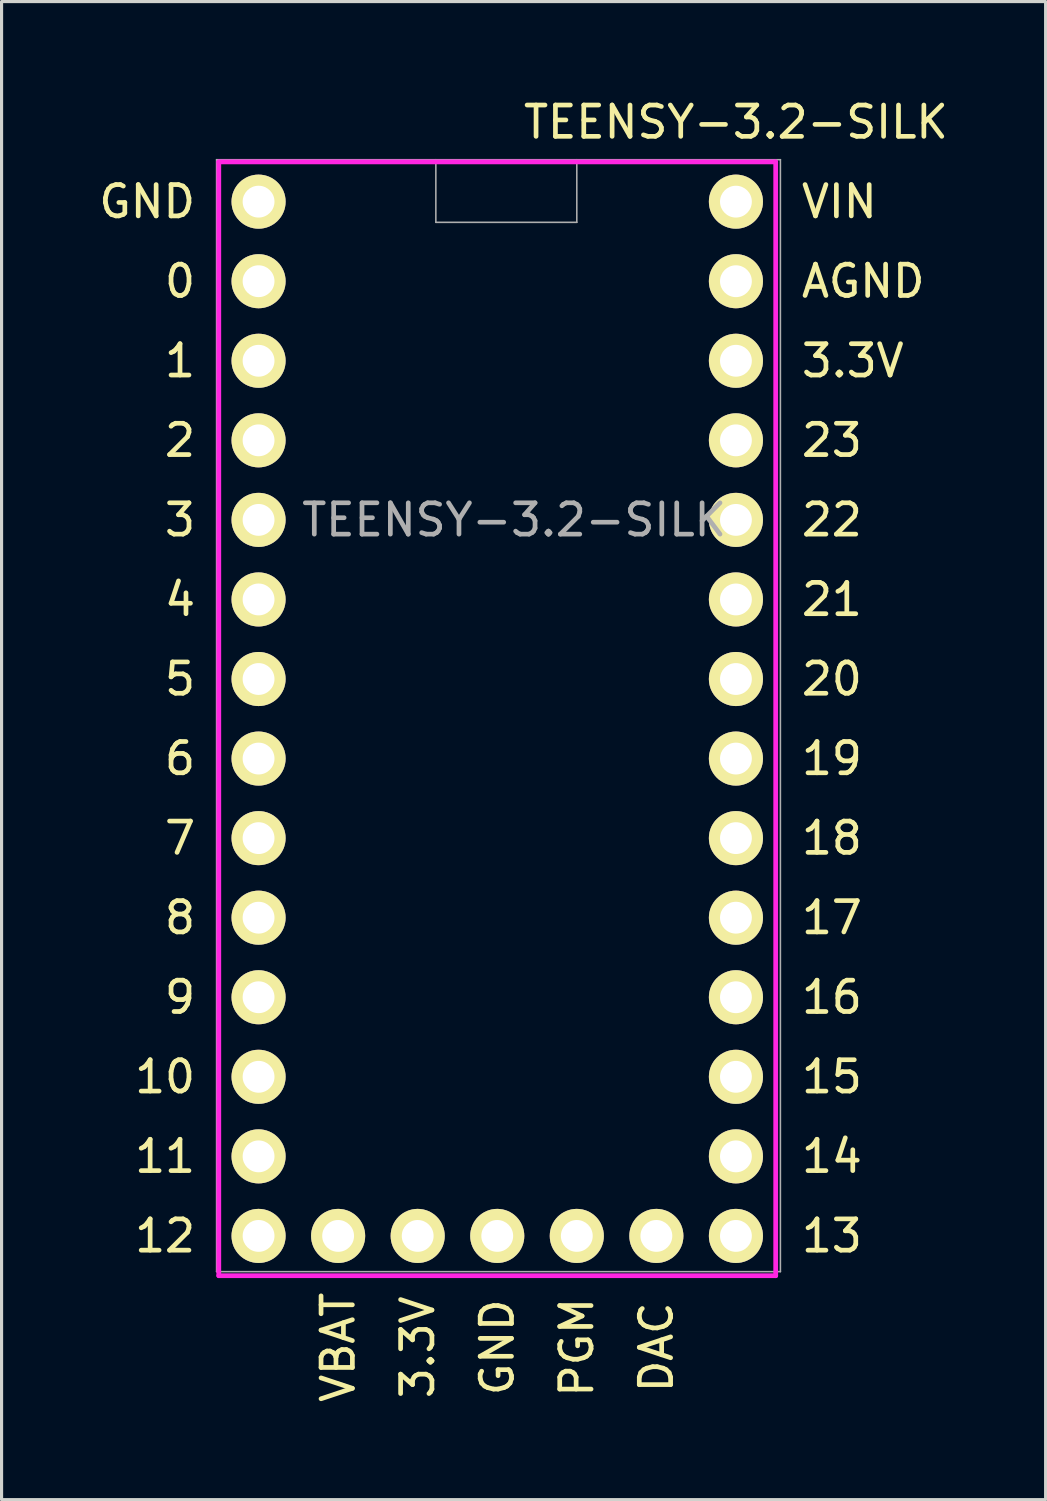
<source format=kicad_pcb>
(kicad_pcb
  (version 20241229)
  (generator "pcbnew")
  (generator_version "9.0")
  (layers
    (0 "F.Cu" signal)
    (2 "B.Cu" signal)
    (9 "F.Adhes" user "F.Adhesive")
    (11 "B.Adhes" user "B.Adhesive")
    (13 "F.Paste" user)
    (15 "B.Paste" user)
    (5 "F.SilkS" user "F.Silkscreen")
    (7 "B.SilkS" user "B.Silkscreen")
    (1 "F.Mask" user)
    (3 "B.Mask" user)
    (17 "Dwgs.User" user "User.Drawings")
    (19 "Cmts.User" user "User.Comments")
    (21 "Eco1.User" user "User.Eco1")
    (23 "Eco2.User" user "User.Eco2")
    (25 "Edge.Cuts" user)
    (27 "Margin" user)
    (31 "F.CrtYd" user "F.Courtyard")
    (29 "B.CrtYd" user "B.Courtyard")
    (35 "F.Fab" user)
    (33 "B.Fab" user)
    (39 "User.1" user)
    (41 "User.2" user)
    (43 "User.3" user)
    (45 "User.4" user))
  (footprint "TEENSY-3.2-SILK"
    (layer "F.Cu")
    (at 15.365 13.548)
    (property "Reference" "TEENSY-3.2-SILK" (at -2 0 0) (layer "F.Fab") (effects (font (size 1 1) (thickness 0.15))))
    (attr through_hole)
    (fp_line (start -11.43 -11.43) (end -11.43 24.13) (stroke (width 0.152) (type solid)) (layer "F.CrtYd"))
    (fp_line (start -11.43 24.13) (end 6.35 24.13) (stroke (width 0.152) (type solid)) (layer "F.CrtYd"))
    (fp_line (start 6.35 -11.43) (end -11.43 -11.43) (stroke (width 0.152) (type solid)) (layer "F.CrtYd"))
    (fp_line (start 6.35 24.13) (end 6.35 -11.43) (stroke (width 0.152) (type solid)) (layer "F.CrtYd"))
    (fp_line (start -11.5 -11.5) (end -11.5 24) (stroke (width 0.05) (type solid)) (layer "F.Fab"))
    (fp_line (start -11.5 24) (end 6.5 24) (stroke (width 0.05) (type solid)) (layer "F.Fab"))
    (fp_line (start -4.5 -11.5) (end -4.5 -9.5) (stroke (width 0.05) (type solid)) (layer "F.Fab"))
    (fp_line (start -4.5 -9.5) (end 0 -9.5) (stroke (width 0.05) (type solid)) (layer "F.Fab"))
    (fp_line (start 0 -9.5) (end 0 -11.5) (stroke (width 0.05) (type solid)) (layer "F.Fab"))
    (fp_line (start 6.5 -11.5) (end -11.5 -11.5) (stroke (width 0.05) (type solid)) (layer "F.Fab"))
    (fp_line (start 6.5 24) (end 6.5 -11.5) (stroke (width 0.05) (type solid)) (layer "F.Fab"))
    (fp_text user "8" (at -12.668 12.7 0) (layer "F.SilkS") (effects (font (size 1 1) (thickness 0.15))))
    (fp_text user "GND" (at -2.54 26.416 90) (layer "F.SilkS") (effects (font (size 1 1) (thickness 0.15))))
    (fp_text user "${REFERENCE}" (at 5.08 -12.7 0) (layer "F.SilkS") (effects (font (size 1 1) (thickness 0.15))))
    (fp_text user "21" (at 8.144 2.54 0) (layer "F.SilkS") (effects (font (size 1 1) (thickness 0.15))))
    (fp_text user "10" (at -13.145 17.78 0) (layer "F.SilkS") (effects (font (size 1 1) (thickness 0.15))))
    (fp_text user "18" (at 8.144 10.16 0) (layer "F.SilkS") (effects (font (size 1 1) (thickness 0.15))))
    (fp_text user "PGM" (at 0 26.416 90) (layer "F.SilkS") (effects (font (size 1 1) (thickness 0.15))))
    (fp_text user "14" (at 8.144 20.32 0) (layer "F.SilkS") (effects (font (size 1 1) (thickness 0.15))))
    (fp_text user "0" (at -12.668 -7.62 0) (layer "F.SilkS") (effects (font (size 1 1) (thickness 0.15))))
    (fp_text user "13" (at 8.144 22.86 0) (layer "F.SilkS") (effects (font (size 1 1) (thickness 0.15))))
    (fp_text user "3" (at -12.668 0 0) (layer "F.SilkS") (effects (font (size 1 1) (thickness 0.15))))
    (fp_text user "16" (at 8.144 15.24 0) (layer "F.SilkS") (effects (font (size 1 1) (thickness 0.15))))
    (fp_text user "17" (at 8.144 12.7 0) (layer "F.SilkS") (effects (font (size 1 1) (thickness 0.15))))
    (fp_text user "5" (at -12.668 5.08 0) (layer "F.SilkS") (effects (font (size 1 1) (thickness 0.15))))
    (fp_text user "11" (at -13.145 20.32 0) (layer "F.SilkS") (effects (font (size 1 1) (thickness 0.15))))
    (fp_text user "AGND" (at 9.144 -7.62 0) (layer "F.SilkS") (effects (font (size 1 1) (thickness 0.15))))
    (fp_text user "20" (at 8.144 5.08 0) (layer "F.SilkS") (effects (font (size 1 1) (thickness 0.15))))
    (fp_text user "22" (at 8.144 0 0) (layer "F.SilkS") (effects (font (size 1 1) (thickness 0.15))))
    (fp_text user "23" (at 8.144 -2.54 0) (layer "F.SilkS") (effects (font (size 1 1) (thickness 0.15))))
    (fp_text user "19" (at 8.144 7.62 0) (layer "F.SilkS") (effects (font (size 1 1) (thickness 0.15))))
    (fp_text user "7" (at -12.668 10.16 0) (layer "F.SilkS") (effects (font (size 1 1) (thickness 0.15))))
    (fp_text user "3.3V" (at -5.08 26.416 90) (layer "F.SilkS") (effects (font (size 1 1) (thickness 0.15))))
    (fp_text user "12" (at -13.145 22.86 0) (layer "F.SilkS") (effects (font (size 1 1) (thickness 0.15))))
    (fp_text user "VBAT" (at -7.62 26.416 90) (layer "F.SilkS") (effects (font (size 1 1) (thickness 0.15))))
    (fp_text user "1" (at -12.668 -5.08 0) (layer "F.SilkS") (effects (font (size 1 1) (thickness 0.15))))
    (fp_text user "4" (at -12.668 2.54 0) (layer "F.SilkS") (effects (font (size 1 1) (thickness 0.15))))
    (fp_text user "VIN" (at 8.382 -10.16 0) (layer "F.SilkS") (effects (font (size 1 1) (thickness 0.15))))
    (fp_text user "GND" (at -13.716 -10.16 0) (layer "F.SilkS") (effects (font (size 1 1) (thickness 0.15))))
    (fp_text user "15" (at 8.144 17.78 0) (layer "F.SilkS") (effects (font (size 1 1) (thickness 0.15))))
    (fp_text user "3.3V" (at 8.811 -5.08 0) (layer "F.SilkS") (effects (font (size 1 1) (thickness 0.15))))
    (fp_text user "6" (at -12.668 7.62 0) (layer "F.SilkS") (effects (font (size 1 1) (thickness 0.15))))
    (fp_text user "DAC" (at 2.54 26.416 90) (layer "F.SilkS") (effects (font (size 1 1) (thickness 0.15))))
    (fp_text user "9" (at -12.668 15.24 0) (layer "F.SilkS") (effects (font (size 1 1) (thickness 0.15))))
    (fp_text user "2" (at -12.668 -2.54 0) (layer "F.SilkS") (effects (font (size 1 1) (thickness 0.15))))
    (pad "0" thru_hole circle (at -10.16 -7.62) (size 1.727 1.727) (drill 1.016) (layers "*.Cu" "*.Mask" "F.SilkS"))
    (pad "1" thru_hole circle (at -10.16 -5.08) (size 1.727 1.727) (drill 1.016) (layers "*.Cu" "*.Mask" "F.SilkS"))
    (pad "2" thru_hole circle (at -10.16 -2.54) (size 1.727 1.727) (drill 1.016) (layers "*.Cu" "*.Mask" "F.SilkS"))
    (pad "3" thru_hole circle (at -10.16 0) (size 1.727 1.727) (drill 1.016) (layers "*.Cu" "*.Mask" "F.SilkS"))
    (pad "3V1" thru_hole circle (at -5.08 22.86) (size 1.727 1.727) (drill 1.016) (layers "*.Cu" "*.Mask" "F.SilkS"))
    (pad "3V2" thru_hole circle (at 5.08 -5.08) (size 1.727 1.727) (drill 1.016) (layers "*.Cu" "*.Mask" "F.SilkS"))
    (pad "4" thru_hole circle (at -10.16 2.54) (size 1.727 1.727) (drill 1.016) (layers "*.Cu" "*.Mask" "F.SilkS"))
    (pad "5" thru_hole circle (at -10.16 5.08) (size 1.727 1.727) (drill 1.016) (layers "*.Cu" "*.Mask" "F.SilkS"))
    (pad "6" thru_hole circle (at -10.16 7.62) (size 1.727 1.727) (drill 1.016) (layers "*.Cu" "*.Mask" "F.SilkS"))
    (pad "7" thru_hole circle (at -10.16 10.16) (size 1.727 1.727) (drill 1.016) (layers "*.Cu" "*.Mask" "F.SilkS"))
    (pad "8" thru_hole circle (at -10.16 12.7) (size 1.727 1.727) (drill 1.016) (layers "*.Cu" "*.Mask" "F.SilkS"))
    (pad "9" thru_hole circle (at -10.16 15.24) (size 1.727 1.727) (drill 1.016) (layers "*.Cu" "*.Mask" "F.SilkS"))
    (pad "10" thru_hole circle (at -10.16 17.78) (size 1.727 1.727) (drill 1.016) (layers "*.Cu" "*.Mask" "F.SilkS"))
    (pad "11" thru_hole circle (at -10.16 20.32) (size 1.727 1.727) (drill 1.016) (layers "*.Cu" "*.Mask" "F.SilkS"))
    (pad "12" thru_hole circle (at -10.16 22.86) (size 1.727 1.727) (drill 1.016) (layers "*.Cu" "*.Mask" "F.SilkS"))
    (pad "13" thru_hole circle (at 5.08 22.86) (size 1.727 1.727) (drill 1.016) (layers "*.Cu" "*.Mask" "F.SilkS"))
    (pad "14" thru_hole circle (at 5.08 20.32) (size 1.727 1.727) (drill 1.016) (layers "*.Cu" "*.Mask" "F.SilkS"))
    (pad "15" thru_hole circle (at 5.08 17.78) (size 1.727 1.727) (drill 1.016) (layers "*.Cu" "*.Mask" "F.SilkS"))
    (pad "16" thru_hole circle (at 5.08 15.24) (size 1.727 1.727) (drill 1.016) (layers "*.Cu" "*.Mask" "F.SilkS"))
    (pad "17" thru_hole circle (at 5.08 12.7) (size 1.727 1.727) (drill 1.016) (layers "*.Cu" "*.Mask" "F.SilkS"))
    (pad "18" thru_hole circle (at 5.08 10.16) (size 1.727 1.727) (drill 1.016) (layers "*.Cu" "*.Mask" "F.SilkS"))
    (pad "19" thru_hole circle (at 5.08 7.62) (size 1.727 1.727) (drill 1.016) (layers "*.Cu" "*.Mask" "F.SilkS"))
    (pad "20" thru_hole circle (at 5.08 5.08) (size 1.727 1.727) (drill 1.016) (layers "*.Cu" "*.Mask" "F.SilkS"))
    (pad "21" thru_hole circle (at 5.08 2.54) (size 1.727 1.727) (drill 1.016) (layers "*.Cu" "*.Mask" "F.SilkS"))
    (pad "22" thru_hole circle (at 5.08 0) (size 1.727 1.727) (drill 1.016) (layers "*.Cu" "*.Mask" "F.SilkS"))
    (pad "23" thru_hole circle (at 5.08 -2.54) (size 1.727 1.727) (drill 1.016) (layers "*.Cu" "*.Mask" "F.SilkS"))
    (pad "AG" thru_hole circle (at 5.08 -7.62) (size 1.727 1.727) (drill 1.016) (layers "*.Cu" "*.Mask" "F.SilkS"))
    (pad "DAC" thru_hole circle (at 2.54 22.86) (size 1.727 1.727) (drill 1.016) (layers "*.Cu" "*.Mask" "F.SilkS"))
    (pad "G1" thru_hole circle (at -10.16 -10.16) (size 1.727 1.727) (drill 1.016) (layers "*.Cu" "*.Mask" "F.SilkS"))
    (pad "G2" thru_hole circle (at -2.54 22.86) (size 1.727 1.727) (drill 1.016) (layers "*.Cu" "*.Mask" "F.SilkS"))
    (pad "PGM" thru_hole circle (at 0 22.86) (size 1.727 1.727) (drill 1.016) (layers "*.Cu" "*.Mask" "F.SilkS"))
    (pad "VBAT" thru_hole circle (at -7.62 22.86) (size 1.727 1.727) (drill 1.016) (layers "*.Cu" "*.Mask" "F.SilkS"))
    (pad "VIN" thru_hole circle (at 5.08 -10.16) (size 1.727 1.727) (drill 1.016) (layers "*.Cu" "*.Mask" "F.SilkS")))
  (gr_rect
    (start -3 -3)
    (end 30.332 44.827)
    (stroke (width 0.1) (type default))
    (fill no)
    (layer "Edge.Cuts")))
</source>
